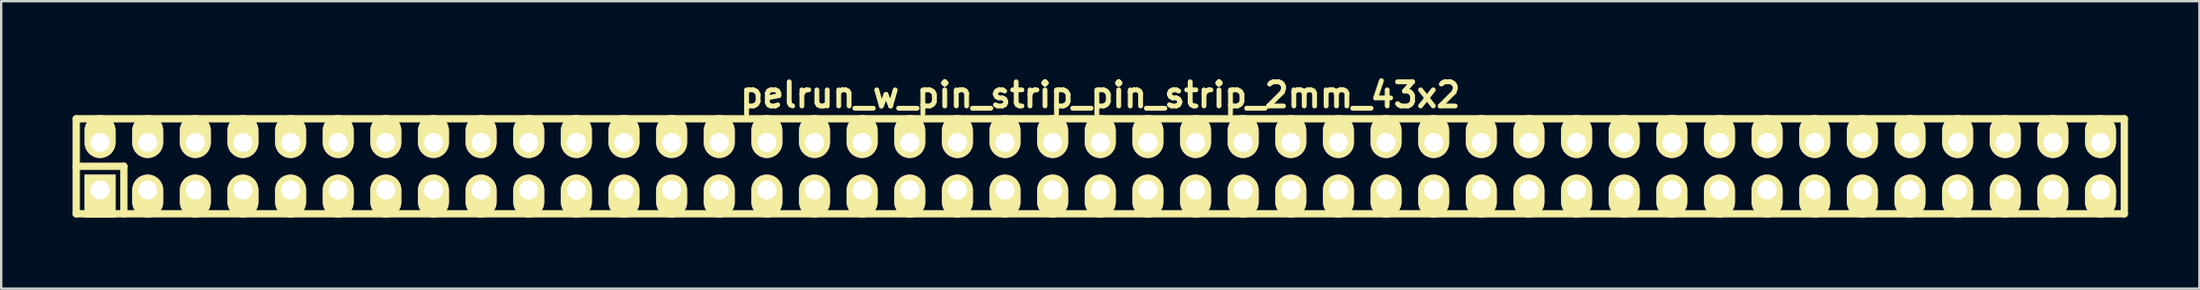
<source format=kicad_pcb>
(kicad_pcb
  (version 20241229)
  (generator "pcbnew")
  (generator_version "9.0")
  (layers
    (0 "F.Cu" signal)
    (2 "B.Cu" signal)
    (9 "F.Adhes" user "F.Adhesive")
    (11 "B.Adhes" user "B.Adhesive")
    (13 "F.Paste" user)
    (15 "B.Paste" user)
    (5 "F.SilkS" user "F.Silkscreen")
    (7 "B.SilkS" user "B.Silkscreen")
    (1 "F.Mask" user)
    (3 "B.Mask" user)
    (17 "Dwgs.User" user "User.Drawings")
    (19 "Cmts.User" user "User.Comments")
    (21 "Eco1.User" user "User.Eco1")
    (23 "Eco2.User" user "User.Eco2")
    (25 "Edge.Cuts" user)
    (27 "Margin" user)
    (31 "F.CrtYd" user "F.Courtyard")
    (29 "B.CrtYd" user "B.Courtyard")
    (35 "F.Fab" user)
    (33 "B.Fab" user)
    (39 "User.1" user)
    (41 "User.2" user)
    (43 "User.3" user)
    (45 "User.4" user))
  (footprint "pelrun_w_pin_strip_pin_strip_2mm_43x2"
    (layer "F.Cu")
    (at 43.152 3.951)
    (property "Reference" "pelrun_w_pin_strip_pin_strip_2mm_43x2" (at 0 -3 0) (layer "F.SilkS") (effects (font (size 1.016 1.016) (thickness 0.203))))
    (attr through_hole)
    (fp_line (start -43 -2) (end 43 -2) (stroke (width 0.305) (type solid)) (layer "F.SilkS"))
    (fp_line (start -43 0) (end -41 0) (stroke (width 0.305) (type solid)) (layer "F.SilkS"))
    (fp_line (start -43 2) (end -43 -2) (stroke (width 0.305) (type solid)) (layer "F.SilkS"))
    (fp_line (start -41 0) (end -41 2) (stroke (width 0.305) (type solid)) (layer "F.SilkS"))
    (fp_line (start 43 -2) (end 43 2) (stroke (width 0.305) (type solid)) (layer "F.SilkS"))
    (fp_line (start 43 2) (end -43 2) (stroke (width 0.305) (type solid)) (layer "F.SilkS"))
    (pad "1" thru_hole rect (at -42 1) (size 1.3 1.8) (drill 0.8 (offset 0 0.25)) (layers "*.Cu" "*.Mask" "F.SilkS"))
    (pad "2" thru_hole oval (at -42 -1) (size 1.3 1.8) (drill 0.8 (offset 0 -0.25)) (layers "*.Cu" "*.Mask" "F.SilkS"))
    (pad "3" thru_hole oval (at -40 1) (size 1.3 1.8) (drill 0.8 (offset 0 0.25)) (layers "*.Cu" "*.Mask" "F.SilkS"))
    (pad "4" thru_hole oval (at -40 -1) (size 1.3 1.8) (drill 0.8 (offset 0 -0.25)) (layers "*.Cu" "*.Mask" "F.SilkS"))
    (pad "5" thru_hole oval (at -38 1) (size 1.3 1.8) (drill 0.8 (offset 0 0.25)) (layers "*.Cu" "*.Mask" "F.SilkS"))
    (pad "6" thru_hole oval (at -38 -1) (size 1.3 1.8) (drill 0.8 (offset 0 -0.25)) (layers "*.Cu" "*.Mask" "F.SilkS"))
    (pad "7" thru_hole oval (at -36 1) (size 1.3 1.8) (drill 0.8 (offset 0 0.25)) (layers "*.Cu" "*.Mask" "F.SilkS"))
    (pad "8" thru_hole oval (at -36 -1) (size 1.3 1.8) (drill 0.8 (offset 0 -0.25)) (layers "*.Cu" "*.Mask" "F.SilkS"))
    (pad "9" thru_hole oval (at -34 1) (size 1.3 1.8) (drill 0.8 (offset 0 0.25)) (layers "*.Cu" "*.Mask" "F.SilkS"))
    (pad "10" thru_hole oval (at -34 -1) (size 1.3 1.8) (drill 0.8 (offset 0 -0.25)) (layers "*.Cu" "*.Mask" "F.SilkS"))
    (pad "11" thru_hole oval (at -32 1) (size 1.3 1.8) (drill 0.8 (offset 0 0.25)) (layers "*.Cu" "*.Mask" "F.SilkS"))
    (pad "12" thru_hole oval (at -32 -1) (size 1.3 1.8) (drill 0.8 (offset 0 -0.25)) (layers "*.Cu" "*.Mask" "F.SilkS"))
    (pad "13" thru_hole oval (at -30 1) (size 1.3 1.8) (drill 0.8 (offset 0 0.25)) (layers "*.Cu" "*.Mask" "F.SilkS"))
    (pad "14" thru_hole oval (at -30 -1) (size 1.3 1.8) (drill 0.8 (offset 0 -0.25)) (layers "*.Cu" "*.Mask" "F.SilkS"))
    (pad "15" thru_hole oval (at -28 1) (size 1.3 1.8) (drill 0.8 (offset 0 0.25)) (layers "*.Cu" "*.Mask" "F.SilkS"))
    (pad "16" thru_hole oval (at -28 -1) (size 1.3 1.8) (drill 0.8 (offset 0 -0.25)) (layers "*.Cu" "*.Mask" "F.SilkS"))
    (pad "17" thru_hole oval (at -26 1) (size 1.3 1.8) (drill 0.8 (offset 0 0.25)) (layers "*.Cu" "*.Mask" "F.SilkS"))
    (pad "18" thru_hole oval (at -26 -1) (size 1.3 1.8) (drill 0.8 (offset 0 -0.25)) (layers "*.Cu" "*.Mask" "F.SilkS"))
    (pad "19" thru_hole oval (at -24 1) (size 1.3 1.8) (drill 0.8 (offset 0 0.25)) (layers "*.Cu" "*.Mask" "F.SilkS"))
    (pad "20" thru_hole oval (at -24 -1) (size 1.3 1.8) (drill 0.8 (offset 0 -0.25)) (layers "*.Cu" "*.Mask" "F.SilkS"))
    (pad "21" thru_hole oval (at -22 1) (size 1.3 1.8) (drill 0.8 (offset 0 0.25)) (layers "*.Cu" "*.Mask" "F.SilkS"))
    (pad "22" thru_hole oval (at -22 -1) (size 1.3 1.8) (drill 0.8 (offset 0 -0.25)) (layers "*.Cu" "*.Mask" "F.SilkS"))
    (pad "23" thru_hole oval (at -20 1) (size 1.3 1.8) (drill 0.8 (offset 0 0.25)) (layers "*.Cu" "*.Mask" "F.SilkS"))
    (pad "24" thru_hole oval (at -20 -1) (size 1.3 1.8) (drill 0.8 (offset 0 -0.25)) (layers "*.Cu" "*.Mask" "F.SilkS"))
    (pad "25" thru_hole oval (at -18 1) (size 1.3 1.8) (drill 0.8 (offset 0 0.25)) (layers "*.Cu" "*.Mask" "F.SilkS"))
    (pad "26" thru_hole oval (at -18 -1) (size 1.3 1.8) (drill 0.8 (offset 0 -0.25)) (layers "*.Cu" "*.Mask" "F.SilkS"))
    (pad "27" thru_hole oval (at -16 1) (size 1.3 1.8) (drill 0.8 (offset 0 0.25)) (layers "*.Cu" "*.Mask" "F.SilkS"))
    (pad "28" thru_hole oval (at -16 -1) (size 1.3 1.8) (drill 0.8 (offset 0 -0.25)) (layers "*.Cu" "*.Mask" "F.SilkS"))
    (pad "29" thru_hole oval (at -14 1) (size 1.3 1.8) (drill 0.8 (offset 0 0.25)) (layers "*.Cu" "*.Mask" "F.SilkS"))
    (pad "30" thru_hole oval (at -14 -1) (size 1.3 1.8) (drill 0.8 (offset 0 -0.25)) (layers "*.Cu" "*.Mask" "F.SilkS"))
    (pad "31" thru_hole oval (at -12 1) (size 1.3 1.8) (drill 0.8 (offset 0 0.25)) (layers "*.Cu" "*.Mask" "F.SilkS"))
    (pad "32" thru_hole oval (at -12 -1) (size 1.3 1.8) (drill 0.8 (offset 0 -0.25)) (layers "*.Cu" "*.Mask" "F.SilkS"))
    (pad "33" thru_hole oval (at -10 1) (size 1.3 1.8) (drill 0.8 (offset 0 0.25)) (layers "*.Cu" "*.Mask" "F.SilkS"))
    (pad "34" thru_hole oval (at -10 -1) (size 1.3 1.8) (drill 0.8 (offset 0 -0.25)) (layers "*.Cu" "*.Mask" "F.SilkS"))
    (pad "35" thru_hole oval (at -8 1) (size 1.3 1.8) (drill 0.8 (offset 0 0.25)) (layers "*.Cu" "*.Mask" "F.SilkS"))
    (pad "36" thru_hole oval (at -8 -1) (size 1.3 1.8) (drill 0.8 (offset 0 -0.25)) (layers "*.Cu" "*.Mask" "F.SilkS"))
    (pad "37" thru_hole oval (at -6 1) (size 1.3 1.8) (drill 0.8 (offset 0 0.25)) (layers "*.Cu" "*.Mask" "F.SilkS"))
    (pad "38" thru_hole oval (at -6 -1) (size 1.3 1.8) (drill 0.8 (offset 0 -0.25)) (layers "*.Cu" "*.Mask" "F.SilkS"))
    (pad "39" thru_hole oval (at -4 1) (size 1.3 1.8) (drill 0.8 (offset 0 0.25)) (layers "*.Cu" "*.Mask" "F.SilkS"))
    (pad "40" thru_hole oval (at -4 -1) (size 1.3 1.8) (drill 0.8 (offset 0 -0.25)) (layers "*.Cu" "*.Mask" "F.SilkS"))
    (pad "41" thru_hole oval (at -2 1) (size 1.3 1.8) (drill 0.8 (offset 0 0.25)) (layers "*.Cu" "*.Mask" "F.SilkS"))
    (pad "42" thru_hole oval (at -2 -1) (size 1.3 1.8) (drill 0.8 (offset 0 -0.25)) (layers "*.Cu" "*.Mask" "F.SilkS"))
    (pad "43" thru_hole oval (at 0 1) (size 1.3 1.8) (drill 0.8 (offset 0 0.25)) (layers "*.Cu" "*.Mask" "F.SilkS"))
    (pad "44" thru_hole oval (at 0 -1) (size 1.3 1.8) (drill 0.8 (offset 0 -0.25)) (layers "*.Cu" "*.Mask" "F.SilkS"))
    (pad "45" thru_hole oval (at 2 1) (size 1.3 1.8) (drill 0.8 (offset 0 0.25)) (layers "*.Cu" "*.Mask" "F.SilkS"))
    (pad "46" thru_hole oval (at 2 -1) (size 1.3 1.8) (drill 0.8 (offset 0 -0.25)) (layers "*.Cu" "*.Mask" "F.SilkS"))
    (pad "47" thru_hole oval (at 4 1) (size 1.3 1.8) (drill 0.8 (offset 0 0.25)) (layers "*.Cu" "*.Mask" "F.SilkS"))
    (pad "48" thru_hole oval (at 4 -1) (size 1.3 1.8) (drill 0.8 (offset 0 -0.25)) (layers "*.Cu" "*.Mask" "F.SilkS"))
    (pad "49" thru_hole oval (at 6 1) (size 1.3 1.8) (drill 0.8 (offset 0 0.25)) (layers "*.Cu" "*.Mask" "F.SilkS"))
    (pad "50" thru_hole oval (at 6 -1) (size 1.3 1.8) (drill 0.8 (offset 0 -0.25)) (layers "*.Cu" "*.Mask" "F.SilkS"))
    (pad "51" thru_hole oval (at 8 1) (size 1.3 1.8) (drill 0.8 (offset 0 0.25)) (layers "*.Cu" "*.Mask" "F.SilkS"))
    (pad "52" thru_hole oval (at 8 -1) (size 1.3 1.8) (drill 0.8 (offset 0 -0.25)) (layers "*.Cu" "*.Mask" "F.SilkS"))
    (pad "53" thru_hole oval (at 10 1) (size 1.3 1.8) (drill 0.8 (offset 0 0.25)) (layers "*.Cu" "*.Mask" "F.SilkS"))
    (pad "54" thru_hole oval (at 10 -1) (size 1.3 1.8) (drill 0.8 (offset 0 -0.25)) (layers "*.Cu" "*.Mask" "F.SilkS"))
    (pad "55" thru_hole oval (at 12 1) (size 1.3 1.8) (drill 0.8 (offset 0 0.25)) (layers "*.Cu" "*.Mask" "F.SilkS"))
    (pad "56" thru_hole oval (at 12 -1) (size 1.3 1.8) (drill 0.8 (offset 0 -0.25)) (layers "*.Cu" "*.Mask" "F.SilkS"))
    (pad "57" thru_hole oval (at 14 1) (size 1.3 1.8) (drill 0.8 (offset 0 0.25)) (layers "*.Cu" "*.Mask" "F.SilkS"))
    (pad "58" thru_hole oval (at 14 -1) (size 1.3 1.8) (drill 0.8 (offset 0 -0.25)) (layers "*.Cu" "*.Mask" "F.SilkS"))
    (pad "59" thru_hole oval (at 16 1) (size 1.3 1.8) (drill 0.8 (offset 0 0.25)) (layers "*.Cu" "*.Mask" "F.SilkS"))
    (pad "60" thru_hole oval (at 16 -1) (size 1.3 1.8) (drill 0.8 (offset 0 -0.25)) (layers "*.Cu" "*.Mask" "F.SilkS"))
    (pad "61" thru_hole oval (at 18 1) (size 1.3 1.8) (drill 0.8 (offset 0 0.25)) (layers "*.Cu" "*.Mask" "F.SilkS"))
    (pad "62" thru_hole oval (at 18 -1) (size 1.3 1.8) (drill 0.8 (offset 0 -0.25)) (layers "*.Cu" "*.Mask" "F.SilkS"))
    (pad "63" thru_hole oval (at 20 1) (size 1.3 1.8) (drill 0.8 (offset 0 0.25)) (layers "*.Cu" "*.Mask" "F.SilkS"))
    (pad "64" thru_hole oval (at 20 -1) (size 1.3 1.8) (drill 0.8 (offset 0 -0.25)) (layers "*.Cu" "*.Mask" "F.SilkS"))
    (pad "65" thru_hole oval (at 22 1) (size 1.3 1.8) (drill 0.8 (offset 0 0.25)) (layers "*.Cu" "*.Mask" "F.SilkS"))
    (pad "66" thru_hole oval (at 22 -1) (size 1.3 1.8) (drill 0.8 (offset 0 -0.25)) (layers "*.Cu" "*.Mask" "F.SilkS"))
    (pad "67" thru_hole oval (at 24 1) (size 1.3 1.8) (drill 0.8 (offset 0 0.25)) (layers "*.Cu" "*.Mask" "F.SilkS"))
    (pad "68" thru_hole oval (at 24 -1) (size 1.3 1.8) (drill 0.8 (offset 0 -0.25)) (layers "*.Cu" "*.Mask" "F.SilkS"))
    (pad "69" thru_hole oval (at 26 1) (size 1.3 1.8) (drill 0.8 (offset 0 0.25)) (layers "*.Cu" "*.Mask" "F.SilkS"))
    (pad "70" thru_hole oval (at 26 -1) (size 1.3 1.8) (drill 0.8 (offset 0 -0.25)) (layers "*.Cu" "*.Mask" "F.SilkS"))
    (pad "71" thru_hole oval (at 28 1) (size 1.3 1.8) (drill 0.8 (offset 0 0.25)) (layers "*.Cu" "*.Mask" "F.SilkS"))
    (pad "72" thru_hole oval (at 28 -1) (size 1.3 1.8) (drill 0.8 (offset 0 -0.25)) (layers "*.Cu" "*.Mask" "F.SilkS"))
    (pad "73" thru_hole oval (at 30 1) (size 1.3 1.8) (drill 0.8 (offset 0 0.25)) (layers "*.Cu" "*.Mask" "F.SilkS"))
    (pad "74" thru_hole oval (at 30 -1) (size 1.3 1.8) (drill 0.8 (offset 0 -0.25)) (layers "*.Cu" "*.Mask" "F.SilkS"))
    (pad "75" thru_hole oval (at 32 1) (size 1.3 1.8) (drill 0.8 (offset 0 0.25)) (layers "*.Cu" "*.Mask" "F.SilkS"))
    (pad "76" thru_hole oval (at 32 -1) (size 1.3 1.8) (drill 0.8 (offset 0 -0.25)) (layers "*.Cu" "*.Mask" "F.SilkS"))
    (pad "77" thru_hole oval (at 34 1) (size 1.3 1.8) (drill 0.8 (offset 0 0.25)) (layers "*.Cu" "*.Mask" "F.SilkS"))
    (pad "78" thru_hole oval (at 34 -1) (size 1.3 1.8) (drill 0.8 (offset 0 -0.25)) (layers "*.Cu" "*.Mask" "F.SilkS"))
    (pad "79" thru_hole oval (at 36 1) (size 1.3 1.8) (drill 0.8 (offset 0 0.25)) (layers "*.Cu" "*.Mask" "F.SilkS"))
    (pad "80" thru_hole oval (at 36 -1) (size 1.3 1.8) (drill 0.8 (offset 0 -0.25)) (layers "*.Cu" "*.Mask" "F.SilkS"))
    (pad "81" thru_hole oval (at 38 1) (size 1.3 1.8) (drill 0.8 (offset 0 0.25)) (layers "*.Cu" "*.Mask" "F.SilkS"))
    (pad "82" thru_hole oval (at 38 -1) (size 1.3 1.8) (drill 0.8 (offset 0 -0.25)) (layers "*.Cu" "*.Mask" "F.SilkS"))
    (pad "83" thru_hole oval (at 40 1) (size 1.3 1.8) (drill 0.8 (offset 0 0.25)) (layers "*.Cu" "*.Mask" "F.SilkS"))
    (pad "84" thru_hole oval (at 40 -1) (size 1.3 1.8) (drill 0.8 (offset 0 -0.25)) (layers "*.Cu" "*.Mask" "F.SilkS"))
    (pad "85" thru_hole oval (at 42 1) (size 1.3 1.8) (drill 0.8 (offset 0 0.25)) (layers "*.Cu" "*.Mask" "F.SilkS"))
    (pad "86" thru_hole oval (at 42 -1) (size 1.3 1.8) (drill 0.8 (offset 0 -0.25)) (layers "*.Cu" "*.Mask" "F.SilkS")))
  (gr_rect
    (start -3 -3)
    (end 89.305 9.103)
    (stroke (width 0.1) (type default))
    (fill no)
    (layer "Edge.Cuts")))
</source>
